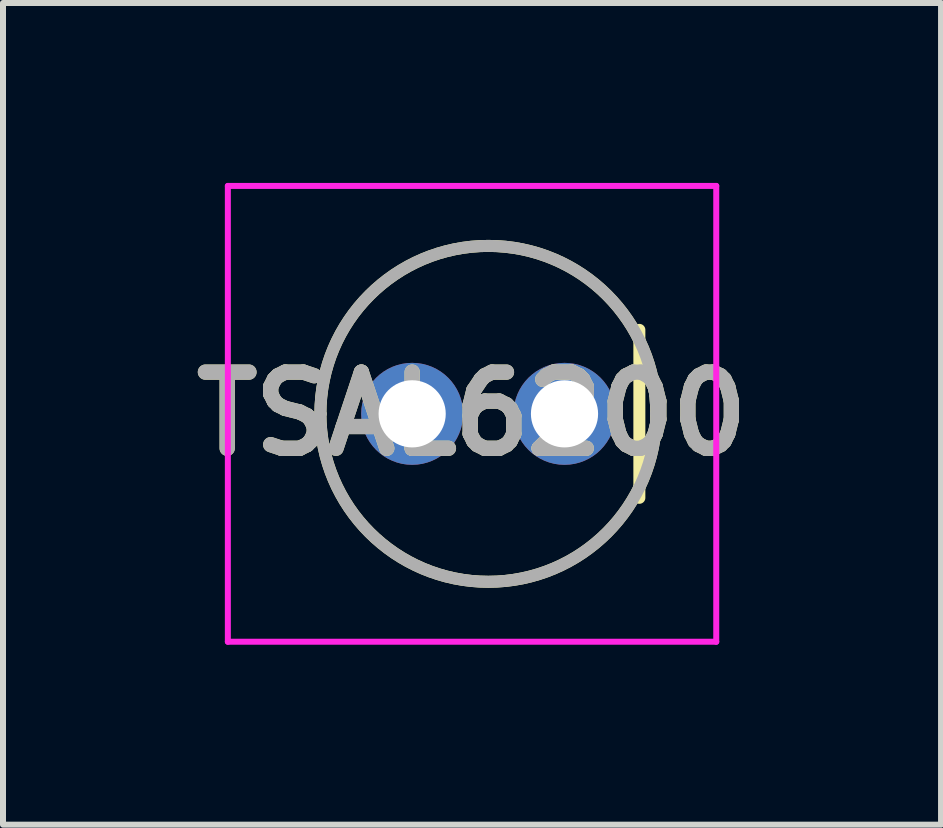
<source format=kicad_pcb>
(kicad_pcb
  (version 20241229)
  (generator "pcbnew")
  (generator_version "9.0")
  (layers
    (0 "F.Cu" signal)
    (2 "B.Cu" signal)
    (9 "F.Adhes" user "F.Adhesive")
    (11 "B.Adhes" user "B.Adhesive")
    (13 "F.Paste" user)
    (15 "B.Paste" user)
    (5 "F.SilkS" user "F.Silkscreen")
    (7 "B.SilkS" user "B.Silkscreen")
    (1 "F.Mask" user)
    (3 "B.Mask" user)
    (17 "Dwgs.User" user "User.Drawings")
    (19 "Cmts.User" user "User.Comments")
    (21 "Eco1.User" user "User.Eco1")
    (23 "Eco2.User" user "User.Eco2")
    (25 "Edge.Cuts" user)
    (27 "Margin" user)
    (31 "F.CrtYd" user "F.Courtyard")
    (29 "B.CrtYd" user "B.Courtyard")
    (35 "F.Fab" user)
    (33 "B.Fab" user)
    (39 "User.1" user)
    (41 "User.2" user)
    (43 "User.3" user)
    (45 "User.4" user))
  (footprint "TSAL6200"
    (layer "F.Cu")
    (at 5.092 3.85)
    (property "Reference" "TSAL6200" (at -0.272 0 0) (layer "F.SilkS") (effects (font (size 1.27 1.27) (thickness 0.254))))
    (attr through_hole)
    (fp_line (start -3.343 -0.003) (end -3.343 -0.003) (stroke (width 0.058) (type solid)) (layer "F.SilkS"))
    (fp_line (start -3.285 -0.003) (end -3.285 -0.003) (stroke (width 0.058) (type solid)) (layer "F.SilkS"))
    (fp_line (start -2.8 0) (end -2.8 0) (stroke (width 0.2) (type solid)) (layer "F.SilkS"))
    (fp_line (start 2.518 -1.4) (end 2.518 1.4) (stroke (width 0.2) (type solid)) (layer "F.SilkS"))
    (fp_line (start 2.8 0) (end 2.8 0) (stroke (width 0.2) (type solid)) (layer "F.SilkS"))
    (fp_arc (start -3.343 -0.003) (mid -3.314 -0.032) (end -3.285 -0.003) (stroke (width 0.058) (type solid)) (layer "F.SilkS"))
    (fp_arc (start -3.285 -0.003) (mid -3.314 0.026) (end -3.343 -0.003) (stroke (width 0.058) (type solid)) (layer "F.SilkS"))
    (fp_arc (start -2.8 0) (mid 0 -2.8) (end 2.8 0) (stroke (width 0.2) (type solid)) (layer "F.SilkS"))
    (fp_arc (start 2.8 0) (mid 0 2.8) (end -2.8 0) (stroke (width 0.2) (type solid)) (layer "F.SilkS"))
    (fp_line (start -4.343 -3.8) (end 3.8 -3.8) (stroke (width 0.1) (type solid)) (layer "F.CrtYd"))
    (fp_line (start -4.343 3.8) (end -4.343 -3.8) (stroke (width 0.1) (type solid)) (layer "F.CrtYd"))
    (fp_line (start 3.8 -3.8) (end 3.8 3.8) (stroke (width 0.1) (type solid)) (layer "F.CrtYd"))
    (fp_line (start 3.8 3.8) (end -4.343 3.8) (stroke (width 0.1) (type solid)) (layer "F.CrtYd"))
    (fp_line (start -2.8 0) (end -2.8 0) (stroke (width 0.2) (type solid)) (layer "F.Fab"))
    (fp_line (start 2.8 0) (end 2.8 0) (stroke (width 0.2) (type solid)) (layer "F.Fab"))
    (fp_arc (start -2.8 0) (mid 0 -2.8) (end 2.8 0) (stroke (width 0.2) (type solid)) (layer "F.Fab"))
    (fp_arc (start 2.8 0) (mid 0 2.8) (end -2.8 0) (stroke (width 0.2) (type solid)) (layer "F.Fab"))
    (fp_text user "${REFERENCE}" (at -0.272 0 0) (layer "F.Fab") (effects (font (size 1.27 1.27) (thickness 0.254))))
    (pad "1" thru_hole circle (at -1.27 0) (size 1.7 1.7) (drill 1.12) (layers "*.Cu" "*.Mask"))
    (pad "2" thru_hole circle (at 1.27 0) (size 1.7 1.7) (drill 1.12) (layers "*.Cu" "*.Mask")))
  (gr_rect
    (start -3 -3)
    (end 12.64 10.7)
    (stroke (width 0.1) (type default))
    (fill no)
    (layer "Edge.Cuts")))
</source>
